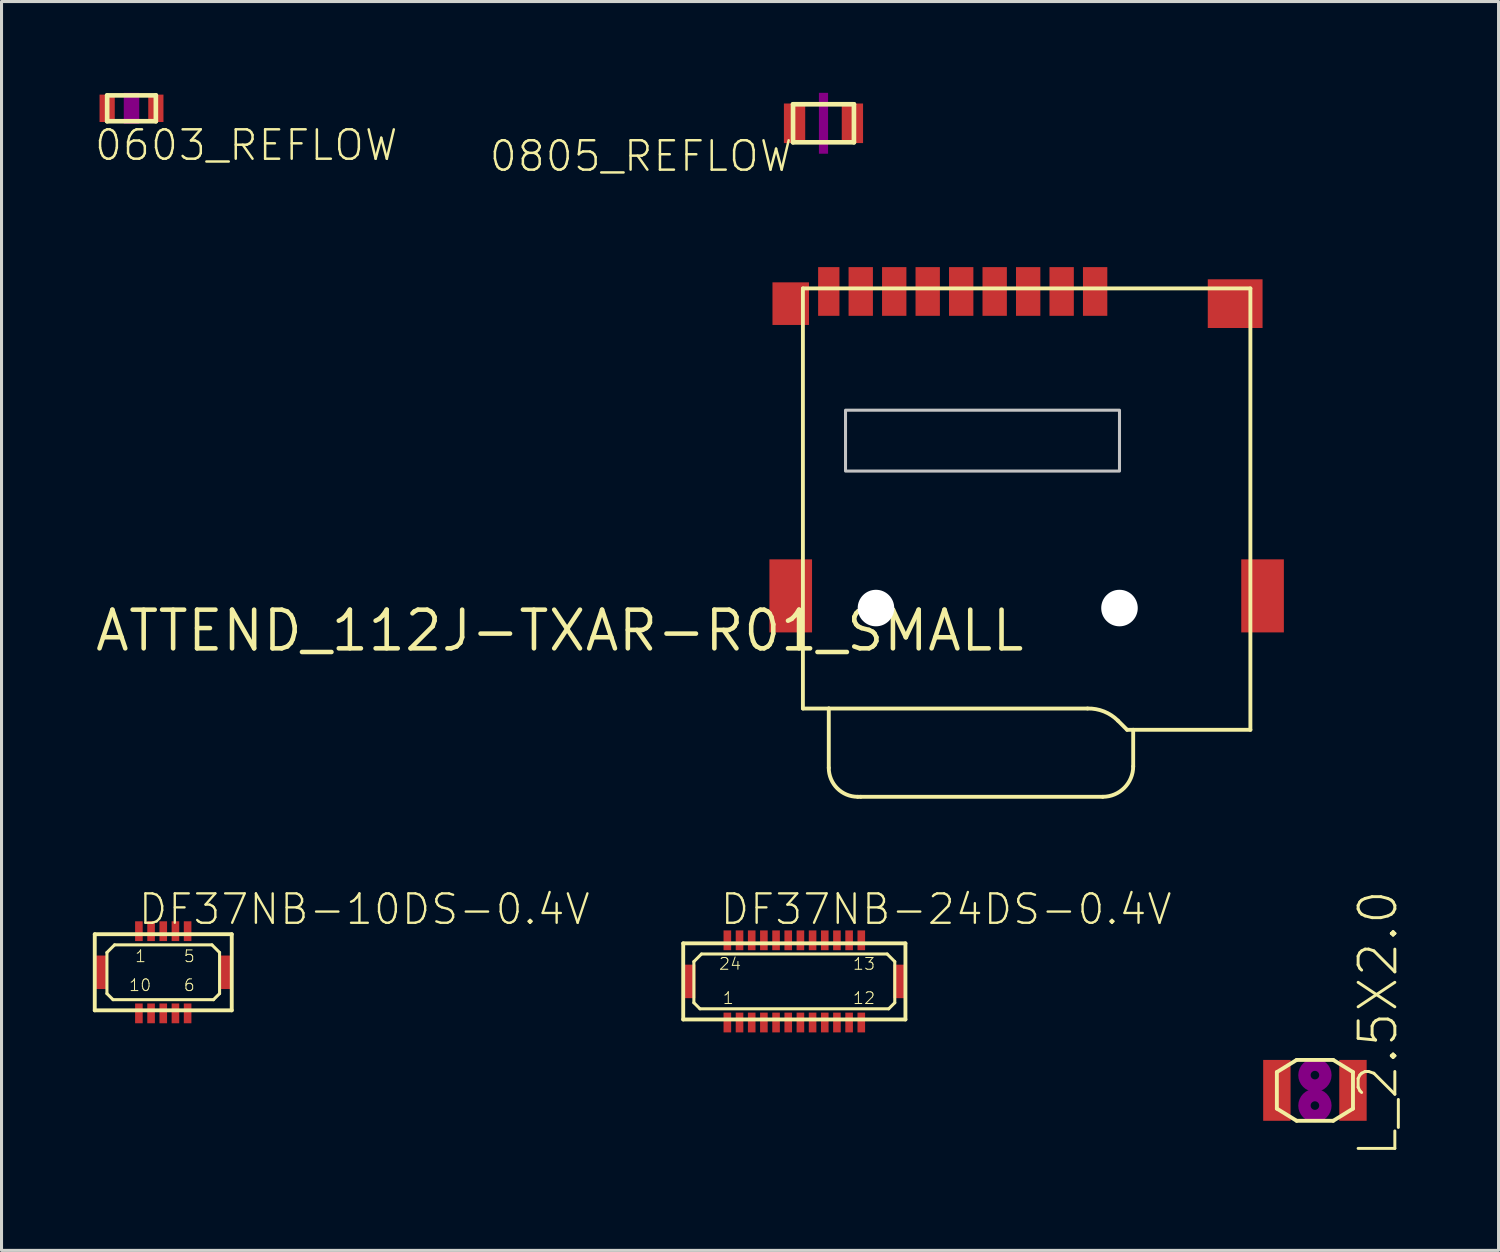
<source format=kicad_pcb>
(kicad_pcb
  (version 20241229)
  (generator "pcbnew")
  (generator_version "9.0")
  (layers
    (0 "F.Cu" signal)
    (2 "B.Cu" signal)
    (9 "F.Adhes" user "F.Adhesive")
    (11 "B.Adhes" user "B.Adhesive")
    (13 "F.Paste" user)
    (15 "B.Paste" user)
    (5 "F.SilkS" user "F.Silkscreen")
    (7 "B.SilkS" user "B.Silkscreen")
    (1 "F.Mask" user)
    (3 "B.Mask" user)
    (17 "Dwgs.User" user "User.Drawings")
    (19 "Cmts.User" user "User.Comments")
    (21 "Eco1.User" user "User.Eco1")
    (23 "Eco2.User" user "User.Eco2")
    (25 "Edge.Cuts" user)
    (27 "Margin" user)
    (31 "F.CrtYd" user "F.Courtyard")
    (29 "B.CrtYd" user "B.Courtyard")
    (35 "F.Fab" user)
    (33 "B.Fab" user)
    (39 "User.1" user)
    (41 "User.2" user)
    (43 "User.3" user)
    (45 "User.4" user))
  (footprint "DF37NB-24DS-0.4V"
    (layer "F.Cu")
    (at 23.044 29.19)
    (property "Reference" "DF37NB-24DS-0.4V" (at -2.483 -1.805 0) (layer "F.SilkS") (effects (font (size 0.965 0.965) (thickness 0.077)) (justify left bottom)))
    (attr through_hole)
    (fp_poly (pts (xy -2.375 -0.975) (xy 2.375 -0.975) (xy 2.375 -1.725) (xy -2.375 -1.725)) (stroke (width 0) (type solid)) (fill yes) (layer "F.Mask"))
    (fp_poly (pts (xy -2.375 1.725) (xy 2.375 1.725) (xy 2.375 0.975) (xy -2.375 0.975)) (stroke (width 0) (type solid)) (fill yes) (layer "F.Mask"))
    (fp_line (start -3.65 -1.25) (end -3.65 1.25) (stroke (width 0.127) (type solid)) (layer "F.SilkS"))
    (fp_line (start -3.65 1.25) (end 3.65 1.25) (stroke (width 0.127) (type solid)) (layer "F.SilkS"))
    (fp_line (start -3.3 -0.65) (end -3.3 0.7) (stroke (width 0.1) (type solid)) (layer "F.SilkS"))
    (fp_line (start -3.3 0.7) (end -3.1 0.9) (stroke (width 0.1) (type solid)) (layer "F.SilkS"))
    (fp_line (start -3.1 0.9) (end 3.1 0.9) (stroke (width 0.1) (type solid)) (layer "F.SilkS"))
    (fp_line (start -3.05 -0.9) (end -3.3 -0.65) (stroke (width 0.1) (type solid)) (layer "F.SilkS"))
    (fp_line (start 3.05 -0.9) (end -3.05 -0.9) (stroke (width 0.1) (type solid)) (layer "F.SilkS"))
    (fp_line (start 3.1 0.9) (end 3.3 0.7) (stroke (width 0.1) (type solid)) (layer "F.SilkS"))
    (fp_line (start 3.3 -0.65) (end 3.05 -0.9) (stroke (width 0.1) (type solid)) (layer "F.SilkS"))
    (fp_line (start 3.3 0.7) (end 3.3 -0.65) (stroke (width 0.1) (type solid)) (layer "F.SilkS"))
    (fp_line (start 3.65 -1.25) (end -3.65 -1.25) (stroke (width 0.127) (type solid)) (layer "F.SilkS"))
    (fp_line (start 3.65 1.25) (end 3.65 -1.25) (stroke (width 0.127) (type solid)) (layer "F.SilkS"))
    (fp_poly (pts (xy -3.6 0.5) (xy -3.3 0.5) (xy -3.3 -0.5) (xy -3.6 -0.5)) (stroke (width 0) (type solid)) (fill yes) (layer "F.Paste"))
    (fp_poly (pts (xy -2.3 -1.05) (xy -2.1 -1.05) (xy -2.1 -1.65) (xy -2.3 -1.65)) (stroke (width 0) (type solid)) (fill yes) (layer "F.Paste"))
    (fp_poly (pts (xy -2.3 1.65) (xy -2.1 1.65) (xy -2.1 1.05) (xy -2.3 1.05)) (stroke (width 0) (type solid)) (fill yes) (layer "F.Paste"))
    (fp_poly (pts (xy -1.9 -1.05) (xy -1.7 -1.05) (xy -1.7 -1.65) (xy -1.9 -1.65)) (stroke (width 0) (type solid)) (fill yes) (layer "F.Paste"))
    (fp_poly (pts (xy -1.9 1.65) (xy -1.7 1.65) (xy -1.7 1.05) (xy -1.9 1.05)) (stroke (width 0) (type solid)) (fill yes) (layer "F.Paste"))
    (fp_poly (pts (xy -1.5 -1.05) (xy -1.3 -1.05) (xy -1.3 -1.65) (xy -1.5 -1.65)) (stroke (width 0) (type solid)) (fill yes) (layer "F.Paste"))
    (fp_poly (pts (xy -1.5 1.65) (xy -1.3 1.65) (xy -1.3 1.05) (xy -1.5 1.05)) (stroke (width 0) (type solid)) (fill yes) (layer "F.Paste"))
    (fp_poly (pts (xy -1.1 -1.05) (xy -0.9 -1.05) (xy -0.9 -1.65) (xy -1.1 -1.65)) (stroke (width 0) (type solid)) (fill yes) (layer "F.Paste"))
    (fp_poly (pts (xy -1.1 1.65) (xy -0.9 1.65) (xy -0.9 1.05) (xy -1.1 1.05)) (stroke (width 0) (type solid)) (fill yes) (layer "F.Paste"))
    (fp_poly (pts (xy -0.7 -1.05) (xy -0.5 -1.05) (xy -0.5 -1.65) (xy -0.7 -1.65)) (stroke (width 0) (type solid)) (fill yes) (layer "F.Paste"))
    (fp_poly (pts (xy -0.7 1.65) (xy -0.5 1.65) (xy -0.5 1.05) (xy -0.7 1.05)) (stroke (width 0) (type solid)) (fill yes) (layer "F.Paste"))
    (fp_poly (pts (xy -0.3 -1.05) (xy -0.1 -1.05) (xy -0.1 -1.65) (xy -0.3 -1.65)) (stroke (width 0) (type solid)) (fill yes) (layer "F.Paste"))
    (fp_poly (pts (xy -0.3 1.65) (xy -0.1 1.65) (xy -0.1 1.05) (xy -0.3 1.05)) (stroke (width 0) (type solid)) (fill yes) (layer "F.Paste"))
    (fp_poly (pts (xy 0.1 -1.05) (xy 0.3 -1.05) (xy 0.3 -1.65) (xy 0.1 -1.65)) (stroke (width 0) (type solid)) (fill yes) (layer "F.Paste"))
    (fp_poly (pts (xy 0.1 1.65) (xy 0.3 1.65) (xy 0.3 1.05) (xy 0.1 1.05)) (stroke (width 0) (type solid)) (fill yes) (layer "F.Paste"))
    (fp_poly (pts (xy 0.5 -1.05) (xy 0.7 -1.05) (xy 0.7 -1.65) (xy 0.5 -1.65)) (stroke (width 0) (type solid)) (fill yes) (layer "F.Paste"))
    (fp_poly (pts (xy 0.5 1.65) (xy 0.7 1.65) (xy 0.7 1.05) (xy 0.5 1.05)) (stroke (width 0) (type solid)) (fill yes) (layer "F.Paste"))
    (fp_poly (pts (xy 0.9 -1.05) (xy 1.1 -1.05) (xy 1.1 -1.65) (xy 0.9 -1.65)) (stroke (width 0) (type solid)) (fill yes) (layer "F.Paste"))
    (fp_poly (pts (xy 0.9 1.65) (xy 1.1 1.65) (xy 1.1 1.05) (xy 0.9 1.05)) (stroke (width 0) (type solid)) (fill yes) (layer "F.Paste"))
    (fp_poly (pts (xy 1.3 -1.05) (xy 1.5 -1.05) (xy 1.5 -1.65) (xy 1.3 -1.65)) (stroke (width 0) (type solid)) (fill yes) (layer "F.Paste"))
    (fp_poly (pts (xy 1.3 1.65) (xy 1.5 1.65) (xy 1.5 1.05) (xy 1.3 1.05)) (stroke (width 0) (type solid)) (fill yes) (layer "F.Paste"))
    (fp_poly (pts (xy 1.7 -1.05) (xy 1.9 -1.05) (xy 1.9 -1.65) (xy 1.7 -1.65)) (stroke (width 0) (type solid)) (fill yes) (layer "F.Paste"))
    (fp_poly (pts (xy 1.7 1.65) (xy 1.9 1.65) (xy 1.9 1.05) (xy 1.7 1.05)) (stroke (width 0) (type solid)) (fill yes) (layer "F.Paste"))
    (fp_poly (pts (xy 2.1 -1.05) (xy 2.3 -1.05) (xy 2.3 -1.65) (xy 2.1 -1.65)) (stroke (width 0) (type solid)) (fill yes) (layer "F.Paste"))
    (fp_poly (pts (xy 2.1 1.65) (xy 2.3 1.65) (xy 2.3 1.05) (xy 2.1 1.05)) (stroke (width 0) (type solid)) (fill yes) (layer "F.Paste"))
    (fp_poly (pts (xy 3.3 0.5) (xy 3.6 0.5) (xy 3.6 -0.5) (xy 3.3 -0.5)) (stroke (width 0) (type solid)) (fill yes) (layer "F.Paste"))
    (fp_text user "24" (at -2.5 -0.35 0) (layer "F.SilkS") (effects (font (size 0.386 0.386) (thickness 0.033)) (justify left bottom)))
    (fp_text user "12" (at 1.9 0.775 0) (layer "F.SilkS") (effects (font (size 0.386 0.386) (thickness 0.033)) (justify left bottom)))
    (fp_text user "13" (at 1.9 -0.35 0) (layer "F.SilkS") (effects (font (size 0.386 0.386) (thickness 0.033)) (justify left bottom)))
    (fp_text user "1" (at -2.375 0.775 0) (layer "F.SilkS") (effects (font (size 0.386 0.386) (thickness 0.033)) (justify left bottom)))
    (pad "1" smd rect (at -2.2 1.35 90) (size 0.65 0.25) (layers "F.Cu" "F.Mask"))
    (pad "2" smd rect (at -1.8 1.35 90) (size 0.65 0.25) (layers "F.Cu" "F.Mask"))
    (pad "3" smd rect (at -1.4 1.35 90) (size 0.65 0.25) (layers "F.Cu" "F.Mask"))
    (pad "4" smd rect (at -1 1.35 90) (size 0.65 0.25) (layers "F.Cu" "F.Mask"))
    (pad "5" smd rect (at -0.6 1.35 90) (size 0.65 0.25) (layers "F.Cu" "F.Mask"))
    (pad "6" smd rect (at -0.2 1.35 90) (size 0.65 0.25) (layers "F.Cu" "F.Mask"))
    (pad "7" smd rect (at 0.2 1.35 90) (size 0.65 0.25) (layers "F.Cu" "F.Mask"))
    (pad "8" smd rect (at 0.6 1.35 90) (size 0.65 0.25) (layers "F.Cu" "F.Mask"))
    (pad "9" smd rect (at 1 1.35 90) (size 0.65 0.25) (layers "F.Cu" "F.Mask"))
    (pad "10" smd rect (at 1.4 1.35 90) (size 0.65 0.25) (layers "F.Cu" "F.Mask"))
    (pad "11" smd rect (at 1.8 1.35 90) (size 0.65 0.25) (layers "F.Cu" "F.Mask"))
    (pad "12" smd rect (at 2.2 1.35 90) (size 0.65 0.25) (layers "F.Cu" "F.Mask"))
    (pad "13" smd rect (at 2.2 -1.35 90) (size 0.65 0.25) (layers "F.Cu" "F.Mask"))
    (pad "14" smd rect (at 1.8 -1.35 90) (size 0.65 0.25) (layers "F.Cu" "F.Mask"))
    (pad "15" smd rect (at 1.4 -1.35 90) (size 0.65 0.25) (layers "F.Cu" "F.Mask"))
    (pad "16" smd rect (at 1 -1.35 90) (size 0.65 0.25) (layers "F.Cu" "F.Mask"))
    (pad "17" smd rect (at 0.6 -1.35 90) (size 0.65 0.25) (layers "F.Cu" "F.Mask"))
    (pad "18" smd rect (at 0.2 -1.35 90) (size 0.65 0.25) (layers "F.Cu" "F.Mask"))
    (pad "19" smd rect (at -0.2 -1.35 90) (size 0.65 0.25) (layers "F.Cu" "F.Mask"))
    (pad "20" smd rect (at -0.6 -1.35 90) (size 0.65 0.25) (layers "F.Cu" "F.Mask"))
    (pad "21" smd rect (at -1 -1.35 90) (size 0.65 0.25) (layers "F.Cu" "F.Mask"))
    (pad "22" smd rect (at -1.4 -1.35 90) (size 0.65 0.25) (layers "F.Cu" "F.Mask"))
    (pad "23" smd rect (at -1.8 -1.35 90) (size 0.65 0.25) (layers "F.Cu" "F.Mask"))
    (pad "24" smd rect (at -2.2 -1.35 90) (size 0.65 0.25) (layers "F.Cu" "F.Mask"))
    (pad "25" smd rect (at 3.45 0 90) (size 1.1 0.4) (layers "F.Cu" "F.Mask"))
    (pad "26" smd rect (at -3.45 0 90) (size 1.1 0.4) (layers "F.Cu" "F.Mask")))
  (footprint "DF37NB-10DS-0.4V"
    (layer "F.Cu")
    (at 2.313 28.89)
    (property "Reference" "DF37NB-10DS-0.4V" (at -0.867 -1.505 180) (layer "F.SilkS") (effects (font (size 0.965 0.965) (thickness 0.077)) (justify left bottom)))
    (attr through_hole)
    (fp_poly (pts (xy -1 -0.95) (xy 1 -0.95) (xy 1 -1.75) (xy -1 -1.75)) (stroke (width 0) (type solid)) (fill yes) (layer "F.Mask"))
    (fp_poly (pts (xy -1 1.75) (xy 1 1.75) (xy 1 0.95) (xy -1 0.95)) (stroke (width 0) (type solid)) (fill yes) (layer "F.Mask"))
    (fp_line (start -2.25 -1.25) (end -2.25 1.25) (stroke (width 0.127) (type solid)) (layer "F.SilkS"))
    (fp_line (start -2.25 1.25) (end 2.25 1.25) (stroke (width 0.127) (type solid)) (layer "F.SilkS"))
    (fp_line (start -1.85 -0.65) (end -1.85 0.7) (stroke (width 0.1) (type solid)) (layer "F.SilkS"))
    (fp_line (start -1.85 0.7) (end -1.65 0.9) (stroke (width 0.1) (type solid)) (layer "F.SilkS"))
    (fp_line (start -1.65 0.9) (end 1.65 0.9) (stroke (width 0.1) (type solid)) (layer "F.SilkS"))
    (fp_line (start -1.6 -0.9) (end -1.85 -0.65) (stroke (width 0.1) (type solid)) (layer "F.SilkS"))
    (fp_line (start 1.6 -0.9) (end -1.6 -0.9) (stroke (width 0.1) (type solid)) (layer "F.SilkS"))
    (fp_line (start 1.65 0.9) (end 1.85 0.7) (stroke (width 0.1) (type solid)) (layer "F.SilkS"))
    (fp_line (start 1.85 -0.65) (end 1.6 -0.9) (stroke (width 0.1) (type solid)) (layer "F.SilkS"))
    (fp_line (start 1.85 0.7) (end 1.85 -0.65) (stroke (width 0.1) (type solid)) (layer "F.SilkS"))
    (fp_line (start 2.25 -1.25) (end -2.25 -1.25) (stroke (width 0.127) (type solid)) (layer "F.SilkS"))
    (fp_line (start 2.25 1.25) (end 2.25 -1.25) (stroke (width 0.127) (type solid)) (layer "F.SilkS"))
    (fp_poly (pts (xy -2.2 0.5) (xy -1.9 0.5) (xy -1.9 -0.5) (xy -2.2 -0.5)) (stroke (width 0) (type solid)) (fill yes) (layer "F.Paste"))
    (fp_poly (pts (xy -0.9 1.65) (xy -0.7 1.65) (xy -0.7 1.05) (xy -0.9 1.05)) (stroke (width 0) (type solid)) (fill yes) (layer "F.Paste"))
    (fp_poly (pts (xy -0.7 -1.65) (xy -0.9 -1.65) (xy -0.9 -1.05) (xy -0.7 -1.05)) (stroke (width 0) (type solid)) (fill yes) (layer "F.Paste"))
    (fp_poly (pts (xy -0.5 1.65) (xy -0.3 1.65) (xy -0.3 1.05) (xy -0.5 1.05)) (stroke (width 0) (type solid)) (fill yes) (layer "F.Paste"))
    (fp_poly (pts (xy -0.3 -1.65) (xy -0.5 -1.65) (xy -0.5 -1.05) (xy -0.3 -1.05)) (stroke (width 0) (type solid)) (fill yes) (layer "F.Paste"))
    (fp_poly (pts (xy -0.1 1.65) (xy 0.1 1.65) (xy 0.1 1.05) (xy -0.1 1.05)) (stroke (width 0) (type solid)) (fill yes) (layer "F.Paste"))
    (fp_poly (pts (xy 0.1 -1.65) (xy -0.1 -1.65) (xy -0.1 -1.05) (xy 0.1 -1.05)) (stroke (width 0) (type solid)) (fill yes) (layer "F.Paste"))
    (fp_poly (pts (xy 0.3 1.65) (xy 0.5 1.65) (xy 0.5 1.05) (xy 0.3 1.05)) (stroke (width 0) (type solid)) (fill yes) (layer "F.Paste"))
    (fp_poly (pts (xy 0.5 -1.65) (xy 0.3 -1.65) (xy 0.3 -1.05) (xy 0.5 -1.05)) (stroke (width 0) (type solid)) (fill yes) (layer "F.Paste"))
    (fp_poly (pts (xy 0.7 1.65) (xy 0.9 1.65) (xy 0.9 1.05) (xy 0.7 1.05)) (stroke (width 0) (type solid)) (fill yes) (layer "F.Paste"))
    (fp_poly (pts (xy 0.9 -1.65) (xy 0.7 -1.65) (xy 0.7 -1.05) (xy 0.9 -1.05)) (stroke (width 0) (type solid)) (fill yes) (layer "F.Paste"))
    (fp_poly (pts (xy 1.9 0.5) (xy 2.2 0.5) (xy 2.2 -0.5) (xy 1.9 -0.5)) (stroke (width 0) (type solid)) (fill yes) (layer "F.Paste"))
    (fp_text user "1" (at -0.95 -0.3 0) (layer "F.SilkS") (effects (font (size 0.386 0.386) (thickness 0.033)) (justify left bottom)))
    (fp_text user "6" (at 0.65 0.65 0) (layer "F.SilkS") (effects (font (size 0.386 0.386) (thickness 0.033)) (justify left bottom)))
    (fp_text user "10" (at -1.15 0.65 0) (layer "F.SilkS") (effects (font (size 0.386 0.386) (thickness 0.033)) (justify left bottom)))
    (fp_text user "5" (at 0.65 -0.3 0) (layer "F.SilkS") (effects (font (size 0.386 0.386) (thickness 0.033)) (justify left bottom)))
    (pad "1" smd rect (at -0.8 -1.35 270) (size 0.65 0.25) (layers "F.Cu" "F.Mask"))
    (pad "2" smd rect (at -0.4 -1.35 270) (size 0.65 0.25) (layers "F.Cu" "F.Mask"))
    (pad "3" smd rect (at 0 -1.35 270) (size 0.65 0.25) (layers "F.Cu" "F.Mask"))
    (pad "4" smd rect (at 0.4 -1.35 270) (size 0.65 0.25) (layers "F.Cu" "F.Mask"))
    (pad "5" smd rect (at 0.8 -1.35 270) (size 0.65 0.25) (layers "F.Cu" "F.Mask"))
    (pad "6" smd rect (at 0.8 1.35 90) (size 0.65 0.25) (layers "F.Cu" "F.Mask"))
    (pad "7" smd rect (at 0.4 1.35 90) (size 0.65 0.25) (layers "F.Cu" "F.Mask"))
    (pad "8" smd rect (at 0 1.35 90) (size 0.65 0.25) (layers "F.Cu" "F.Mask"))
    (pad "9" smd rect (at -0.4 1.35 90) (size 0.65 0.25) (layers "F.Cu" "F.Mask"))
    (pad "10" smd rect (at -0.8 1.35 90) (size 0.65 0.25) (layers "F.Cu" "F.Mask"))
    (pad "11" smd rect (at 2.05 0 90) (size 1.1 0.4) (layers "F.Cu" "F.Mask"))
    (pad "12" smd rect (at -2.05 0 90) (size 1.1 0.4) (layers "F.Cu" "F.Mask")))
  (footprint "ATTEND_112J-TXAR-R01_SMALL"
    (layer "F.Cu")
    (at 30.676 16.925)
    (property "Reference" "ATTEND_112J-TXAR-R01_SMALL" (at 0 0 0) (layer "F.SilkS") (effects (font (size 1.27 1.27) (thickness 0.15)) (justify right top)))
    (attr through_hole)
    (fp_line (start -7.35 -10.5) (end -7.35 3.3) (stroke (width 0.127) (type solid)) (layer "F.SilkS"))
    (fp_line (start -7.35 3.3) (end -6.5 3.3) (stroke (width 0.127) (type solid)) (layer "F.SilkS"))
    (fp_line (start -6.5 3.3) (end 2 3.3) (stroke (width 0.127) (type solid)) (layer "F.SilkS"))
    (fp_line (start -6.5 5.25) (end -6.5 3.3) (stroke (width 0.127) (type solid)) (layer "F.SilkS"))
    (fp_line (start -5.45 6.2) (end -5.55 6.2) (stroke (width 0.127) (type solid)) (layer "F.SilkS"))
    (fp_line (start 2.5 6.2) (end -5.45 6.2) (stroke (width 0.127) (type solid)) (layer "F.SilkS"))
    (fp_line (start 3.3 4) (end 3 3.7) (stroke (width 0.127) (type solid)) (layer "F.SilkS"))
    (fp_line (start 3.3 4) (end 3.5 4) (stroke (width 0.127) (type solid)) (layer "F.SilkS"))
    (fp_line (start 3.5 4) (end 3.5 5.2) (stroke (width 0.127) (type solid)) (layer "F.SilkS"))
    (fp_line (start 3.5 4) (end 7.35 4) (stroke (width 0.127) (type solid)) (layer "F.SilkS"))
    (fp_line (start 7.35 -10.5) (end -7.35 -10.5) (stroke (width 0.127) (type solid)) (layer "F.SilkS"))
    (fp_line (start 7.35 4) (end 7.35 -10.5) (stroke (width 0.127) (type solid)) (layer "F.SilkS"))
    (fp_arc (start -5.55 6.2) (mid -6.221751 5.921751) (end -6.5 5.25) (stroke (width 0.127) (type solid)) (layer "F.SilkS"))
    (fp_arc (start 2 3.299999) (mid 2.541052 3.39737) (end 3 3.7) (stroke (width 0.127) (type solid)) (layer "F.SilkS"))
    (fp_arc (start 3.5 5.2) (mid 3.207107 5.907107) (end 2.5 6.2) (stroke (width 0.127) (type solid)) (layer "F.SilkS"))
    (fp_poly (pts (xy 3.05 -4.5) (xy 3.05 -6.5) (xy -5.95 -6.5) (xy -5.95 -4.5)) (stroke (width 0.1) (type solid)) (fill no) (layer "Dwgs.User"))
    (pad "" np_thru_hole circle (at -4.95 0) (size 1.2 1.2) (drill 1.2) (layers "*.Cu" "*.Mask"))
    (pad "" np_thru_hole circle (at 3.05 0) (size 1.2 1.2) (drill 1.2) (layers "*.Cu" "*.Mask"))
    (pad "1" smd rect (at 2.25 -10.4 90) (size 1.6 0.8) (layers "F.Cu" "F.Mask" "F.Paste"))
    (pad "2" smd rect (at 1.15 -10.4 90) (size 1.6 0.8) (layers "F.Cu" "F.Mask" "F.Paste"))
    (pad "3" smd rect (at 0.05 -10.4 90) (size 1.6 0.8) (layers "F.Cu" "F.Mask" "F.Paste"))
    (pad "4" smd rect (at -1.05 -10.4 90) (size 1.6 0.8) (layers "F.Cu" "F.Mask" "F.Paste"))
    (pad "5" smd rect (at -2.15 -10.4 90) (size 1.6 0.8) (layers "F.Cu" "F.Mask" "F.Paste"))
    (pad "6" smd rect (at -3.25 -10.4 90) (size 1.6 0.8) (layers "F.Cu" "F.Mask" "F.Paste"))
    (pad "7" smd rect (at -4.35 -10.4 90) (size 1.6 0.8) (layers "F.Cu" "F.Mask" "F.Paste"))
    (pad "8" smd rect (at -5.45 -10.4 90) (size 1.6 0.8) (layers "F.Cu" "F.Mask" "F.Paste"))
    (pad "CD" smd rect (at -6.5 -10.4 90) (size 1.6 0.7) (layers "F.Cu" "F.Mask" "F.Paste"))
    (pad "GND@1" smd rect (at -7.75 -10 90) (size 1.4 1.2) (layers "F.Cu" "F.Mask" "F.Paste"))
    (pad "GND@2" smd rect (at -7.75 -0.4 90) (size 2.4 1.4) (layers "F.Cu" "F.Mask" "F.Paste"))
    (pad "GND@3" smd rect (at 7.75 -0.4 90) (size 2.4 1.4) (layers "F.Cu" "F.Mask" "F.Paste"))
    (pad "GND@4" smd rect (at 6.85 -10 90) (size 1.6 1.8) (layers "F.Cu" "F.Mask" "F.Paste")))
  (footprint "0805_REFLOW"
    (layer "F.Cu")
    (at 24.002 1)
    (property "Reference" "0805_REFLOW" (at -0.953 0.516 0) (layer "F.SilkS") (effects (font (size 0.965 0.965) (thickness 0.081)) (justify right top)))
    (attr through_hole)
    (fp_line (start -1 0.625) (end -1 -0.625) (stroke (width 0.152) (type solid)) (layer "F.SilkS"))
    (fp_line (start -1 0.625) (end 1 0.625) (stroke (width 0.152) (type solid)) (layer "F.SilkS"))
    (fp_line (start 1 -0.625) (end -1 -0.625) (stroke (width 0.152) (type solid)) (layer "F.SilkS"))
    (fp_line (start 1 -0.625) (end 1 0.625) (stroke (width 0.152) (type solid)) (layer "F.SilkS"))
    (fp_poly (pts (xy -0.15 1) (xy 0.15 1) (xy 0.15 -1) (xy -0.15 -1)) (stroke (width 0) (type solid)) (fill yes) (layer "F.Adhes"))
    (pad "1" smd rect (at -0.95 0) (size 0.7 1.3) (layers "F.Cu" "F.Mask" "F.Paste"))
    (pad "2" smd rect (at 0.95 0) (size 0.7 1.3) (layers "F.Cu" "F.Mask" "F.Paste")))
  (footprint "L_2.5X2.0"
    (layer "F.Cu")
    (at 40.146 32.769)
    (property "Reference" "L_2.5X2.0" (at 2.778 2.258 270) (layer "F.SilkS") (effects (font (size 1.206 1.206) (thickness 0.097)) (justify left bottom)))
    (attr through_hole)
    (fp_line (start -1.25 -0.6) (end -1.25 0.6) (stroke (width 0.127) (type solid)) (layer "F.SilkS"))
    (fp_line (start -1.25 0.6) (end -0.6 1) (stroke (width 0.127) (type solid)) (layer "F.SilkS"))
    (fp_line (start -0.6 -1) (end -1.25 -0.6) (stroke (width 0.127) (type solid)) (layer "F.SilkS"))
    (fp_line (start -0.6 1) (end 0.6 1) (stroke (width 0.127) (type solid)) (layer "F.SilkS"))
    (fp_line (start 0.6 -1) (end -0.6 -1) (stroke (width 0.127) (type solid)) (layer "F.SilkS"))
    (fp_line (start 0.6 1) (end 1.25 0.6) (stroke (width 0.127) (type solid)) (layer "F.SilkS"))
    (fp_line (start 1.25 -0.6) (end 0.6 -1) (stroke (width 0.127) (type solid)) (layer "F.SilkS"))
    (fp_line (start 1.25 0.6) (end 1.25 -0.6) (stroke (width 0.127) (type solid)) (layer "F.SilkS"))
    (fp_circle (center 0 -0.5) (end 0.141 -0.5) (stroke (width 0.406) (type solid)) (fill no) (layer "F.Adhes"))
    (fp_circle (center 0 0.5) (end 0.141 0.5) (stroke (width 0.406) (type solid)) (fill no) (layer "F.Adhes"))
    (pad "1" smd rect (at -1.25 0 90) (size 2 0.9) (layers "F.Cu" "F.Mask" "F.Paste"))
    (pad "2" smd rect (at 1.25 0 90) (size 2 0.9) (layers "F.Cu" "F.Mask" "F.Paste")))
  (footprint "0603_REFLOW"
    (layer "F.Cu")
    (at 1.27 0.508)
    (property "Reference" "0603_REFLOW" (at -1.27 1.778 0) (layer "F.SilkS") (effects (font (size 0.965 0.965) (thickness 0.081)) (justify left bottom)))
    (attr through_hole)
    (fp_line (start -0.8 0.425) (end -0.8 -0.425) (stroke (width 0.152) (type solid)) (layer "F.SilkS"))
    (fp_line (start -0.8 0.425) (end 0.8 0.425) (stroke (width 0.152) (type solid)) (layer "F.SilkS"))
    (fp_line (start 0.8 -0.425) (end -0.8 -0.425) (stroke (width 0.152) (type solid)) (layer "F.SilkS"))
    (fp_line (start 0.8 -0.425) (end 0.8 0.425) (stroke (width 0.152) (type solid)) (layer "F.SilkS"))
    (fp_poly (pts (xy -0.254 0.508) (xy 0.254 0.508) (xy 0.254 -0.508) (xy -0.254 -0.508)) (stroke (width 0) (type solid)) (fill yes) (layer "F.Adhes"))
    (pad "1" smd rect (at -0.8 0) (size 0.5 0.9) (layers "F.Cu" "F.Mask" "F.Paste"))
    (pad "2" smd rect (at 0.8 0) (size 0.5 0.9) (layers "F.Cu" "F.Mask" "F.Paste")))
  (gr_rect
    (start -3 -3)
    (end 46.178 38.027)
    (stroke (width 0.1) (type default))
    (fill no)
    (layer "Edge.Cuts")))
</source>
